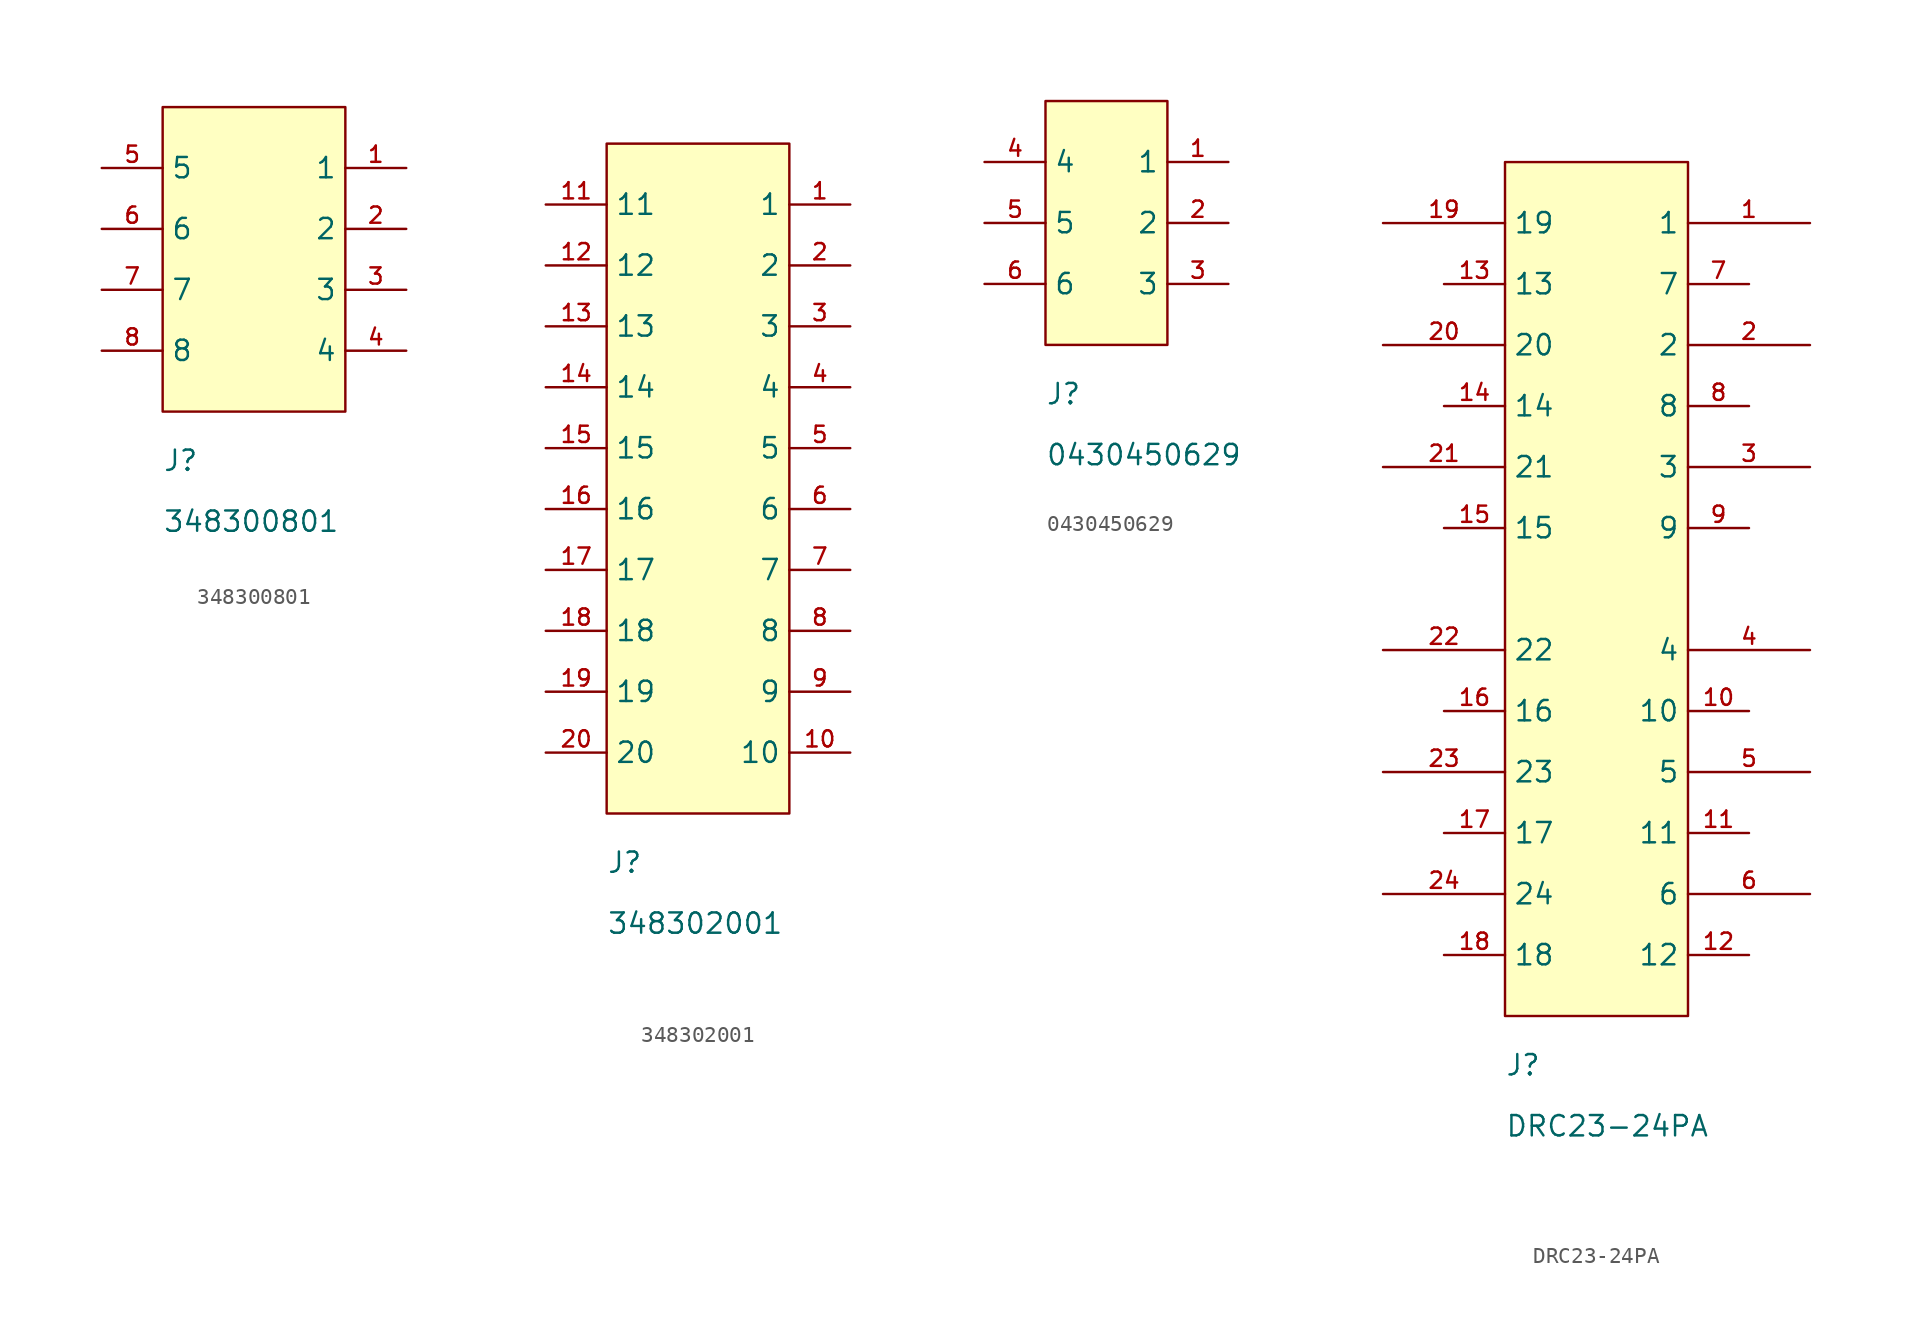
<source format=kicad_sym>
(kicad_symbol_lib
  (version 20241209)
  (generator "kicad_symbol_editor")
  (generator_version "9.0")
  (symbol "348300801"
    (property "Reference" "J"
      (at 0 -3.81 0)
      (effects (font (size 1.27 1.27)) (justify left bottom)))
    (property "Value" "348300801"
      (at 0 -7.62 0)
      (effects (font (size 1.27 1.27)) (justify left bottom)))
    (symbol "348300801_1_1"
      (rectangle (start 0 19.05) (end 11.43 0) (stroke (width 0) (type solid)) (fill (type background)))
      (pin passive line (at -3.81 15.24 0) (length 3.81) (name "5" (effects (font (size 1.27 1.27)))) (number "5" (effects (font (size 1.016 1.016)))))
      (pin passive line (at -3.81 11.43 0) (length 3.81) (name "6" (effects (font (size 1.27 1.27)))) (number "6" (effects (font (size 1.016 1.016)))))
      (pin passive line (at -3.81 7.62 0) (length 3.81) (name "7" (effects (font (size 1.27 1.27)))) (number "7" (effects (font (size 1.016 1.016)))))
      (pin passive line (at -3.81 3.81 0) (length 3.81) (name "8" (effects (font (size 1.27 1.27)))) (number "8" (effects (font (size 1.016 1.016)))))
      (pin passive line (at 15.24 15.24 180) (length 3.81) (name "1" (effects (font (size 1.27 1.27)))) (number "1" (effects (font (size 1.016 1.016)))))
      (pin passive line (at 15.24 11.43 180) (length 3.81) (name "2" (effects (font (size 1.27 1.27)))) (number "2" (effects (font (size 1.016 1.016)))))
      (pin passive line (at 15.24 7.62 180) (length 3.81) (name "3" (effects (font (size 1.27 1.27)))) (number "3" (effects (font (size 1.016 1.016)))))
      (pin passive line (at 15.24 3.81 180) (length 3.81) (name "4" (effects (font (size 1.27 1.27)))) (number "4" (effects (font (size 1.016 1.016)))))))
  (symbol "348302001"
    (property "Reference" "J"
      (at 0 -3.81 0)
      (effects (font (size 1.27 1.27)) (justify left bottom)))
    (property "Value" "348302001"
      (at 0 -7.62 0)
      (effects (font (size 1.27 1.27)) (justify left bottom)))
    (symbol "348302001_1_1"
      (rectangle (start 0 41.91) (end 11.43 0) (stroke (width 0) (type solid)) (fill (type background)))
      (pin passive line (at -3.81 38.1 0) (length 3.81) (name "11" (effects (font (size 1.27 1.27)))) (number "11" (effects (font (size 1.016 1.016)))))
      (pin passive line (at -3.81 34.29 0) (length 3.81) (name "12" (effects (font (size 1.27 1.27)))) (number "12" (effects (font (size 1.016 1.016)))))
      (pin passive line (at -3.81 30.48 0) (length 3.81) (name "13" (effects (font (size 1.27 1.27)))) (number "13" (effects (font (size 1.016 1.016)))))
      (pin passive line (at -3.81 26.67 0) (length 3.81) (name "14" (effects (font (size 1.27 1.27)))) (number "14" (effects (font (size 1.016 1.016)))))
      (pin passive line (at -3.81 22.86 0) (length 3.81) (name "15" (effects (font (size 1.27 1.27)))) (number "15" (effects (font (size 1.016 1.016)))))
      (pin passive line (at -3.81 19.05 0) (length 3.81) (name "16" (effects (font (size 1.27 1.27)))) (number "16" (effects (font (size 1.016 1.016)))))
      (pin passive line (at -3.81 15.24 0) (length 3.81) (name "17" (effects (font (size 1.27 1.27)))) (number "17" (effects (font (size 1.016 1.016)))))
      (pin passive line (at -3.81 11.43 0) (length 3.81) (name "18" (effects (font (size 1.27 1.27)))) (number "18" (effects (font (size 1.016 1.016)))))
      (pin passive line (at -3.81 7.62 0) (length 3.81) (name "19" (effects (font (size 1.27 1.27)))) (number "19" (effects (font (size 1.016 1.016)))))
      (pin passive line (at -3.81 3.81 0) (length 3.81) (name "20" (effects (font (size 1.27 1.27)))) (number "20" (effects (font (size 1.016 1.016)))))
      (pin passive line (at 15.24 38.1 180) (length 3.81) (name "1" (effects (font (size 1.27 1.27)))) (number "1" (effects (font (size 1.016 1.016)))))
      (pin passive line (at 15.24 34.29 180) (length 3.81) (name "2" (effects (font (size 1.27 1.27)))) (number "2" (effects (font (size 1.016 1.016)))))
      (pin passive line (at 15.24 30.48 180) (length 3.81) (name "3" (effects (font (size 1.27 1.27)))) (number "3" (effects (font (size 1.016 1.016)))))
      (pin passive line (at 15.24 26.67 180) (length 3.81) (name "4" (effects (font (size 1.27 1.27)))) (number "4" (effects (font (size 1.016 1.016)))))
      (pin passive line (at 15.24 22.86 180) (length 3.81) (name "5" (effects (font (size 1.27 1.27)))) (number "5" (effects (font (size 1.016 1.016)))))
      (pin passive line (at 15.24 19.05 180) (length 3.81) (name "6" (effects (font (size 1.27 1.27)))) (number "6" (effects (font (size 1.016 1.016)))))
      (pin passive line (at 15.24 15.24 180) (length 3.81) (name "7" (effects (font (size 1.27 1.27)))) (number "7" (effects (font (size 1.016 1.016)))))
      (pin passive line (at 15.24 11.43 180) (length 3.81) (name "8" (effects (font (size 1.27 1.27)))) (number "8" (effects (font (size 1.016 1.016)))))
      (pin passive line (at 15.24 7.62 180) (length 3.81) (name "9" (effects (font (size 1.27 1.27)))) (number "9" (effects (font (size 1.016 1.016)))))
      (pin passive line (at 15.24 3.81 180) (length 3.81) (name "10" (effects (font (size 1.27 1.27)))) (number "10" (effects (font (size 1.016 1.016)))))))
  (symbol "0430450629"
    (property "Reference" "J"
      (at 0 -3.81 0)
      (effects (font (size 1.27 1.27)) (justify left bottom)))
    (property "Value" "0430450629"
      (at 0 -7.62 0)
      (effects (font (size 1.27 1.27)) (justify left bottom)))
    (symbol "0430450629_1_1"
      (rectangle (start 0 15.24) (end 7.62 0) (stroke (width 0) (type solid)) (fill (type background)))
      (pin passive line (at -3.81 11.43 0) (length 3.81) (name "4" (effects (font (size 1.27 1.27)))) (number "4" (effects (font (size 1.016 1.016)))))
      (pin passive line (at -3.81 7.62 0) (length 3.81) (name "5" (effects (font (size 1.27 1.27)))) (number "5" (effects (font (size 1.016 1.016)))))
      (pin passive line (at -3.81 3.81 0) (length 3.81) (name "6" (effects (font (size 1.27 1.27)))) (number "6" (effects (font (size 1.016 1.016)))))
      (pin passive line (at 11.43 11.43 180) (length 3.81) (name "1" (effects (font (size 1.27 1.27)))) (number "1" (effects (font (size 1.016 1.016)))))
      (pin passive line (at 11.43 7.62 180) (length 3.81) (name "2" (effects (font (size 1.27 1.27)))) (number "2" (effects (font (size 1.016 1.016)))))
      (pin passive line (at 11.43 3.81 180) (length 3.81) (name "3" (effects (font (size 1.27 1.27)))) (number "3" (effects (font (size 1.016 1.016)))))))
  (symbol "DRC23-24PA"
    (property "Reference" "J"
      (at 0 -3.81 0)
      (effects (font (size 1.27 1.27)) (justify left bottom)))
    (property "Value" "DRC23-24PA"
      (at 0 -7.62 0)
      (effects (font (size 1.27 1.27)) (justify left bottom)))
    (symbol "DRC23-24PA_1_1"
      (rectangle (start 0 53.34) (end 11.43 0) (stroke (width 0) (type solid)) (fill (type background)))
      (pin passive line (at -7.62 49.53 0) (length 7.62) (name "19" (effects (font (size 1.27 1.27)))) (number "19" (effects (font (size 1.016 1.016)))))
      (pin passive line (at -7.62 41.91 0) (length 7.62) (name "20" (effects (font (size 1.27 1.27)))) (number "20" (effects (font (size 1.016 1.016)))))
      (pin passive line (at -7.62 34.29 0) (length 7.62) (name "21" (effects (font (size 1.27 1.27)))) (number "21" (effects (font (size 1.016 1.016)))))
      (pin passive line (at -7.62 22.86 0) (length 7.62) (name "22" (effects (font (size 1.27 1.27)))) (number "22" (effects (font (size 1.016 1.016)))))
      (pin passive line (at -7.62 15.24 0) (length 7.62) (name "23" (effects (font (size 1.27 1.27)))) (number "23" (effects (font (size 1.016 1.016)))))
      (pin passive line (at -7.62 7.62 0) (length 7.62) (name "24" (effects (font (size 1.27 1.27)))) (number "24" (effects (font (size 1.016 1.016)))))
      (pin passive line (at -3.81 45.72 0) (length 3.81) (name "13" (effects (font (size 1.27 1.27)))) (number "13" (effects (font (size 1.016 1.016)))))
      (pin passive line (at -3.81 38.1 0) (length 3.81) (name "14" (effects (font (size 1.27 1.27)))) (number "14" (effects (font (size 1.016 1.016)))))
      (pin passive line (at -3.81 30.48 0) (length 3.81) (name "15" (effects (font (size 1.27 1.27)))) (number "15" (effects (font (size 1.016 1.016)))))
      (pin passive line (at -3.81 19.05 0) (length 3.81) (name "16" (effects (font (size 1.27 1.27)))) (number "16" (effects (font (size 1.016 1.016)))))
      (pin passive line (at -3.81 11.43 0) (length 3.81) (name "17" (effects (font (size 1.27 1.27)))) (number "17" (effects (font (size 1.016 1.016)))))
      (pin passive line (at -3.81 3.81 0) (length 3.81) (name "18" (effects (font (size 1.27 1.27)))) (number "18" (effects (font (size 1.016 1.016)))))
      (pin passive line (at 15.24 45.72 180) (length 3.81) (name "7" (effects (font (size 1.27 1.27)))) (number "7" (effects (font (size 1.016 1.016)))))
      (pin passive line (at 15.24 38.1 180) (length 3.81) (name "8" (effects (font (size 1.27 1.27)))) (number "8" (effects (font (size 1.016 1.016)))))
      (pin passive line (at 15.24 30.48 180) (length 3.81) (name "9" (effects (font (size 1.27 1.27)))) (number "9" (effects (font (size 1.016 1.016)))))
      (pin passive line (at 15.24 19.05 180) (length 3.81) (name "10" (effects (font (size 1.27 1.27)))) (number "10" (effects (font (size 1.016 1.016)))))
      (pin passive line (at 15.24 11.43 180) (length 3.81) (name "11" (effects (font (size 1.27 1.27)))) (number "11" (effects (font (size 1.016 1.016)))))
      (pin passive line (at 15.24 3.81 180) (length 3.81) (name "12" (effects (font (size 1.27 1.27)))) (number "12" (effects (font (size 1.016 1.016)))))
      (pin passive line (at 19.05 49.53 180) (length 7.62) (name "1" (effects (font (size 1.27 1.27)))) (number "1" (effects (font (size 1.016 1.016)))))
      (pin passive line (at 19.05 41.91 180) (length 7.62) (name "2" (effects (font (size 1.27 1.27)))) (number "2" (effects (font (size 1.016 1.016)))))
      (pin passive line (at 19.05 34.29 180) (length 7.62) (name "3" (effects (font (size 1.27 1.27)))) (number "3" (effects (font (size 1.016 1.016)))))
      (pin passive line (at 19.05 22.86 180) (length 7.62) (name "4" (effects (font (size 1.27 1.27)))) (number "4" (effects (font (size 1.016 1.016)))))
      (pin passive line (at 19.05 15.24 180) (length 7.62) (name "5" (effects (font (size 1.27 1.27)))) (number "5" (effects (font (size 1.016 1.016)))))
      (pin passive line (at 19.05 7.62 180) (length 7.62) (name "6" (effects (font (size 1.27 1.27)))) (number "6" (effects (font (size 1.016 1.016))))))))
</source>
